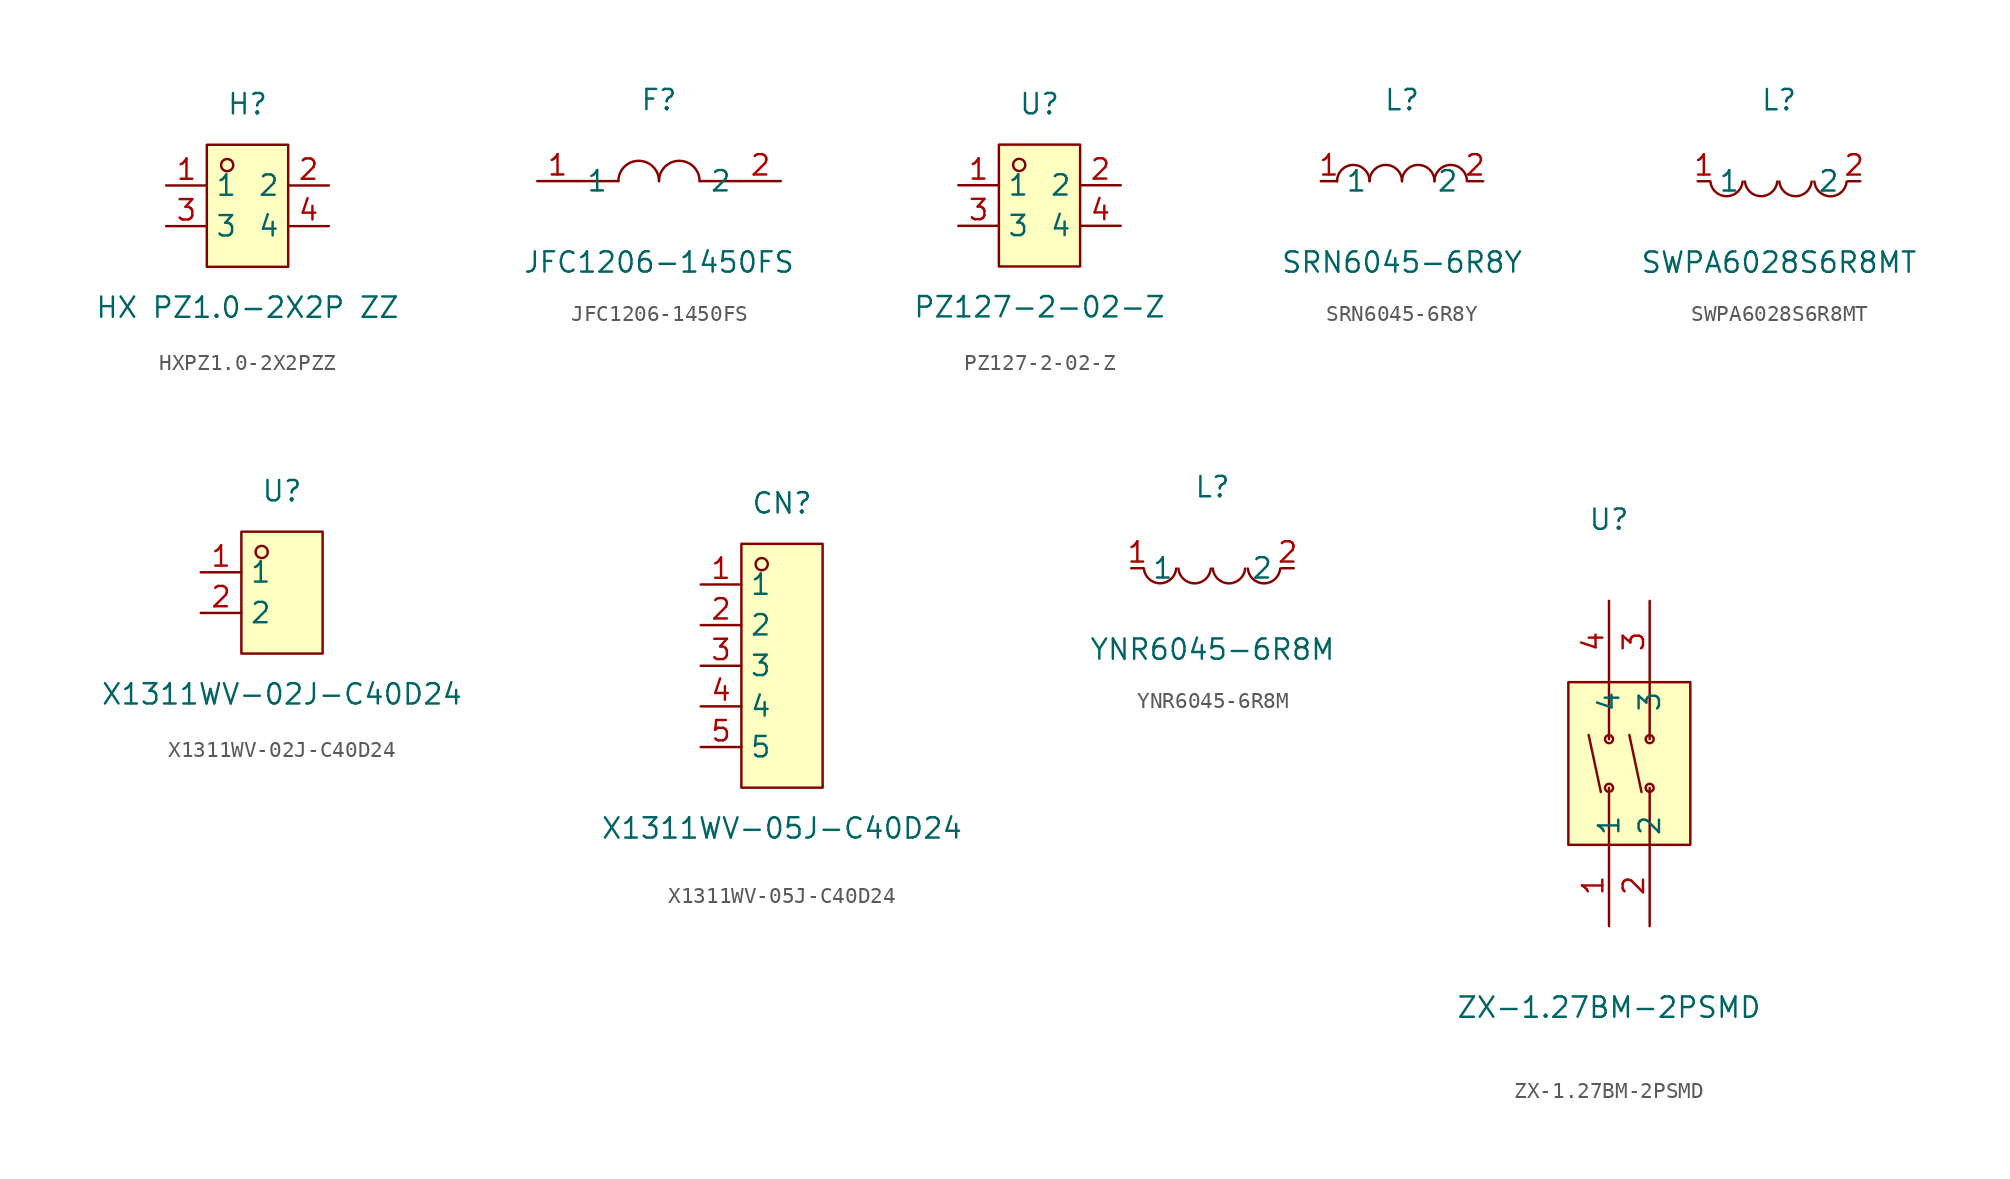
<source format=kicad_sym>
(kicad_symbol_lib
  (version 20211014)
  (generator https://github.com/uPesy/easyeda2kicad.py)
  (symbol "HXPZ1.0-2X2PZZ"
    (property "Reference" "H"
      (at 0 6.35 0)
      (effects (font (size 1.27 1.27))))
    (property "Value" "HX PZ1.0-2X2P ZZ"
      (at 0 -6.35 0)
      (effects (font (size 1.27 1.27))))
    (symbol "HXPZ1.0-2X2PZZ_0_1"
      (rectangle (start -2.54 3.81) (end 2.54 -3.81) (stroke (width 0) (type default) (color 0 0 0 0)) (fill (type background)))
      (circle (center -1.27 2.54) (radius 0.38) (stroke (width 0) (type default) (color 0 0 0 0)) (fill (type none)))
      (pin unspecified line (at -5.08 1.27 0) (length 2.54) (name "1" (effects (font (size 1.27 1.27)))) (number "1" (effects (font (size 1.27 1.27)))))
      (pin unspecified line (at 5.08 -1.27 180) (length 2.54) (name "4" (effects (font (size 1.27 1.27)))) (number "4" (effects (font (size 1.27 1.27)))))
      (pin unspecified line (at -5.08 -1.27 0) (length 2.54) (name "3" (effects (font (size 1.27 1.27)))) (number "3" (effects (font (size 1.27 1.27)))))
      (pin unspecified line (at 5.08 1.27 180) (length 2.54) (name "2" (effects (font (size 1.27 1.27)))) (number "2" (effects (font (size 1.27 1.27)))))))
  (symbol "JFC1206-1450FS"
    (property "Reference" "F"
      (at 0 5.08 0)
      (effects (font (size 1.27 1.27))))
    (property "Value" "JFC1206-1450FS"
      (at 0 -5.08 0)
      (effects (font (size 1.27 1.27))))
    (symbol "JFC1206-1450FS_0_1"
      (arc (start -2.54 0.00) (mid -1.00 1.24) (end 0.00 0.00) (stroke (width 0) (type default) (color 0 0 0 0)) (fill (type none)))
      (arc (start 2.54 0.00) (mid 1.54 1.24) (end 0.00 0.00) (stroke (width 0) (type default) (color 0 0 0 0)) (fill (type none)))
      (polyline (pts (xy -5.08 -0.00) (xy -2.54 -0.00)) (stroke (width 0) (type default) (color 0 0 0 0)) (fill (type none)))
      (polyline (pts (xy 2.54 -0.00) (xy 5.08 -0.00)) (stroke (width 0) (type default) (color 0 0 0 0)) (fill (type none)))
      (pin unspecified line (at -7.62 -0.00 0) (length 2.54) (name "1" (effects (font (size 1.27 1.27)))) (number "1" (effects (font (size 1.27 1.27)))))
      (pin unspecified line (at 7.62 -0.00 180) (length 2.54) (name "2" (effects (font (size 1.27 1.27)))) (number "2" (effects (font (size 1.27 1.27)))))))
  (symbol "PZ127-2-02-Z"
    (property "Reference" "U"
      (at 0 6.35 0)
      (effects (font (size 1.27 1.27))))
    (property "Value" "PZ127-2-02-Z"
      (at 0 -6.35 0)
      (effects (font (size 1.27 1.27))))
    (symbol "PZ127-2-02-Z_0_1"
      (rectangle (start -2.54 3.81) (end 2.54 -3.81) (stroke (width 0) (type default) (color 0 0 0 0)) (fill (type background)))
      (circle (center -1.27 2.54) (radius 0.38) (stroke (width 0) (type default) (color 0 0 0 0)) (fill (type none)))
      (pin unspecified line (at -5.08 1.27 0) (length 2.54) (name "1" (effects (font (size 1.27 1.27)))) (number "1" (effects (font (size 1.27 1.27)))))
      (pin unspecified line (at 5.08 -1.27 180) (length 2.54) (name "4" (effects (font (size 1.27 1.27)))) (number "4" (effects (font (size 1.27 1.27)))))
      (pin unspecified line (at -5.08 -1.27 0) (length 2.54) (name "3" (effects (font (size 1.27 1.27)))) (number "3" (effects (font (size 1.27 1.27)))))
      (pin unspecified line (at 5.08 1.27 180) (length 2.54) (name "2" (effects (font (size 1.27 1.27)))) (number "2" (effects (font (size 1.27 1.27)))))))
  (symbol "SRN6045-6R8Y"
    (property "Reference" "L"
      (at 0 5.08 0)
      (effects (font (size 1.27 1.27))))
    (property "Value" "SRN6045-6R8Y"
      (at 0 -5.08 0)
      (effects (font (size 1.27 1.27))))
    (symbol "SRN6045-6R8Y_0_1"
      (arc (start -4.06 -0.01) (mid -2.83 0.99) (end -2.03 0.01) (stroke (width 0) (type default) (color 0 0 0 0)) (fill (type none)))
      (arc (start -2.03 -0.01) (mid -0.80 0.99) (end 0.00 0.01) (stroke (width 0) (type default) (color 0 0 0 0)) (fill (type none)))
      (arc (start 2.03 -0.01) (mid 3.26 0.99) (end 4.06 0.01) (stroke (width 0) (type default) (color 0 0 0 0)) (fill (type none)))
      (arc (start 0.00 -0.01) (mid 1.23 0.99) (end 2.03 0.01) (stroke (width 0) (type default) (color 0 0 0 0)) (fill (type none)))
      (pin unspecified line (at 5.08 -0.00 180) (length 1.016) (name "2" (effects (font (size 1.27 1.27)))) (number "2" (effects (font (size 1.27 1.27)))))
      (pin unspecified line (at -5.08 -0.00 0) (length 1.016) (name "1" (effects (font (size 1.27 1.27)))) (number "1" (effects (font (size 1.27 1.27)))))))
  (symbol "SWPA6028S6R8MT"
    (property "Reference" "L"
      (at 0 5.08 0)
      (effects (font (size 1.27 1.27))))
    (property "Value" "SWPA6028S6R8MT"
      (at 0 -5.08 0)
      (effects (font (size 1.27 1.27))))
    (symbol "SWPA6028S6R8MT_0_1"
      (arc (start -4.29 -0.02) (mid -2.52 -0.79) (end -2.27 -0.02) (stroke (width 0) (type default) (color 0 0 0 0)) (fill (type none)))
      (arc (start -2.13 -0.02) (mid -0.36 -0.79) (end -0.11 -0.02) (stroke (width 0) (type default) (color 0 0 0 0)) (fill (type none)))
      (arc (start 0.02 -0.02) (mid 1.79 -0.79) (end 2.04 -0.02) (stroke (width 0) (type default) (color 0 0 0 0)) (fill (type none)))
      (arc (start 2.21 -0.02) (mid 3.30 -1.12) (end 4.23 -0.02) (stroke (width 0) (type default) (color 0 0 0 0)) (fill (type none)))
      (pin unspecified line (at 5.08 -0.00 180) (length 0.762) (name "2" (effects (font (size 1.27 1.27)))) (number "2" (effects (font (size 1.27 1.27)))))
      (pin unspecified line (at -5.08 -0.00 0) (length 0.762) (name "1" (effects (font (size 1.27 1.27)))) (number "1" (effects (font (size 1.27 1.27)))))))
  (symbol "X1311WV-02J-C40D24"
    (property "Reference" "U"
      (at 0 6.35 0)
      (effects (font (size 1.27 1.27))))
    (property "Value" "X1311WV-02J-C40D24"
      (at 0 -6.35 0)
      (effects (font (size 1.27 1.27))))
    (symbol "X1311WV-02J-C40D24_0_1"
      (rectangle (start -2.54 3.81) (end 2.54 -3.81) (stroke (width 0) (type default) (color 0 0 0 0)) (fill (type background)))
      (circle (center -1.27 2.54) (radius 0.38) (stroke (width 0) (type default) (color 0 0 0 0)) (fill (type none)))
      (pin unspecified line (at -5.08 1.27 0) (length 2.54) (name "1" (effects (font (size 1.27 1.27)))) (number "1" (effects (font (size 1.27 1.27)))))
      (pin unspecified line (at -5.08 -1.27 0) (length 2.54) (name "2" (effects (font (size 1.27 1.27)))) (number "2" (effects (font (size 1.27 1.27)))))))
  (symbol "X1311WV-05J-C40D24"
    (property "Reference" "CN"
      (at 0 10.16 0)
      (effects (font (size 1.27 1.27))))
    (property "Value" "X1311WV-05J-C40D24"
      (at 0 -10.16 0)
      (effects (font (size 1.27 1.27))))
    (symbol "X1311WV-05J-C40D24_0_1"
      (rectangle (start -2.54 7.62) (end 2.54 -7.62) (stroke (width 0) (type default) (color 0 0 0 0)) (fill (type background)))
      (circle (center -1.27 6.35) (radius 0.38) (stroke (width 0) (type default) (color 0 0 0 0)) (fill (type none)))
      (pin unspecified line (at -5.08 5.08 0) (length 2.54) (name "1" (effects (font (size 1.27 1.27)))) (number "1" (effects (font (size 1.27 1.27)))))
      (pin unspecified line (at -5.08 2.54 0) (length 2.54) (name "2" (effects (font (size 1.27 1.27)))) (number "2" (effects (font (size 1.27 1.27)))))
      (pin unspecified line (at -5.08 -0.00 0) (length 2.54) (name "3" (effects (font (size 1.27 1.27)))) (number "3" (effects (font (size 1.27 1.27)))))
      (pin unspecified line (at -5.08 -2.54 0) (length 2.54) (name "4" (effects (font (size 1.27 1.27)))) (number "4" (effects (font (size 1.27 1.27)))))
      (pin unspecified line (at -5.08 -5.08 0) (length 2.54) (name "5" (effects (font (size 1.27 1.27)))) (number "5" (effects (font (size 1.27 1.27)))))))
  (symbol "YNR6045-6R8M"
    (property "Reference" "L"
      (at 0 5.08 0)
      (effects (font (size 1.27 1.27))))
    (property "Value" "YNR6045-6R8M"
      (at 0 -5.08 0)
      (effects (font (size 1.27 1.27))))
    (symbol "YNR6045-6R8M_0_1"
      (arc (start -4.29 -0.02) (mid -2.81 -1.01) (end -2.27 -0.02) (stroke (width 0) (type default) (color 0 0 0 0)) (fill (type none)))
      (arc (start -2.13 -0.02) (mid -0.66 -1.01) (end -0.11 -0.02) (stroke (width 0) (type default) (color 0 0 0 0)) (fill (type none)))
      (arc (start 0.02 -0.02) (mid 1.49 -1.01) (end 2.04 -0.02) (stroke (width 0) (type default) (color 0 0 0 0)) (fill (type none)))
      (arc (start 2.21 -0.02) (mid 3.68 -1.01) (end 4.23 -0.02) (stroke (width 0) (type default) (color 0 0 0 0)) (fill (type none)))
      (pin unspecified line (at 5.08 -0.00 180) (length 0.762) (name "2" (effects (font (size 1.27 1.27)))) (number "2" (effects (font (size 1.27 1.27)))))
      (pin unspecified line (at -5.08 -0.00 0) (length 0.762) (name "1" (effects (font (size 1.27 1.27)))) (number "1" (effects (font (size 1.27 1.27)))))))
  (symbol "ZX-1.27BM-2PSMD"
    (property "Reference" "U"
      (at 0 15.24 0)
      (effects (font (size 1.27 1.27))))
    (property "Value" "ZX-1.27BM-2PSMD"
      (at 0 -15.24 0)
      (effects (font (size 1.27 1.27))))
    (symbol "ZX-1.27BM-2PSMD_0_1"
      (rectangle (start -2.54 5.08) (end 5.08 -5.08) (stroke (width 0) (type default) (color 0 0 0 0)) (fill (type background)))
      (circle (center 2.54 -1.52) (radius 0.25) (stroke (width 0) (type default) (color 0 0 0 0)) (fill (type none)))
      (circle (center 2.54 1.52) (radius 0.25) (stroke (width 0) (type default) (color 0 0 0 0)) (fill (type none)))
      (circle (center 0.00 -1.52) (radius 0.25) (stroke (width 0) (type default) (color 0 0 0 0)) (fill (type none)))
      (circle (center 0.00 1.52) (radius 0.25) (stroke (width 0) (type default) (color 0 0 0 0)) (fill (type none)))
      (polyline (pts (xy 2.54 -5.08) (xy 2.54 -1.52)) (stroke (width 0) (type default) (color 0 0 0 0)) (fill (type none)))
      (polyline (pts (xy 2.54 1.52) (xy 2.54 5.08)) (stroke (width 0) (type default) (color 0 0 0 0)) (fill (type none)))
      (polyline (pts (xy 2.03 -1.78) (xy 1.27 1.78)) (stroke (width 0) (type default) (color 0 0 0 0)) (fill (type none)))
      (polyline (pts (xy 0.00 -5.08) (xy 0.00 -1.52)) (stroke (width 0) (type default) (color 0 0 0 0)) (fill (type none)))
      (polyline (pts (xy 0.00 1.52) (xy 0.00 5.08)) (stroke (width 0) (type default) (color 0 0 0 0)) (fill (type none)))
      (polyline (pts (xy -0.51 -1.78) (xy -1.27 1.78)) (stroke (width 0) (type default) (color 0 0 0 0)) (fill (type none)))
      (pin unspecified line (at 0.00 -10.16 90) (length 5.08) (name "1" (effects (font (size 1.27 1.27)))) (number "1" (effects (font (size 1.27 1.27)))))
      (pin unspecified line (at 2.54 -10.16 90) (length 5.08) (name "2" (effects (font (size 1.27 1.27)))) (number "2" (effects (font (size 1.27 1.27)))))
      (pin unspecified line (at 2.54 10.16 270) (length 5.08) (name "3" (effects (font (size 1.27 1.27)))) (number "3" (effects (font (size 1.27 1.27)))))
      (pin unspecified line (at 0.00 10.16 270) (length 5.08) (name "4" (effects (font (size 1.27 1.27)))) (number "4" (effects (font (size 1.27 1.27))))))))
</source>
